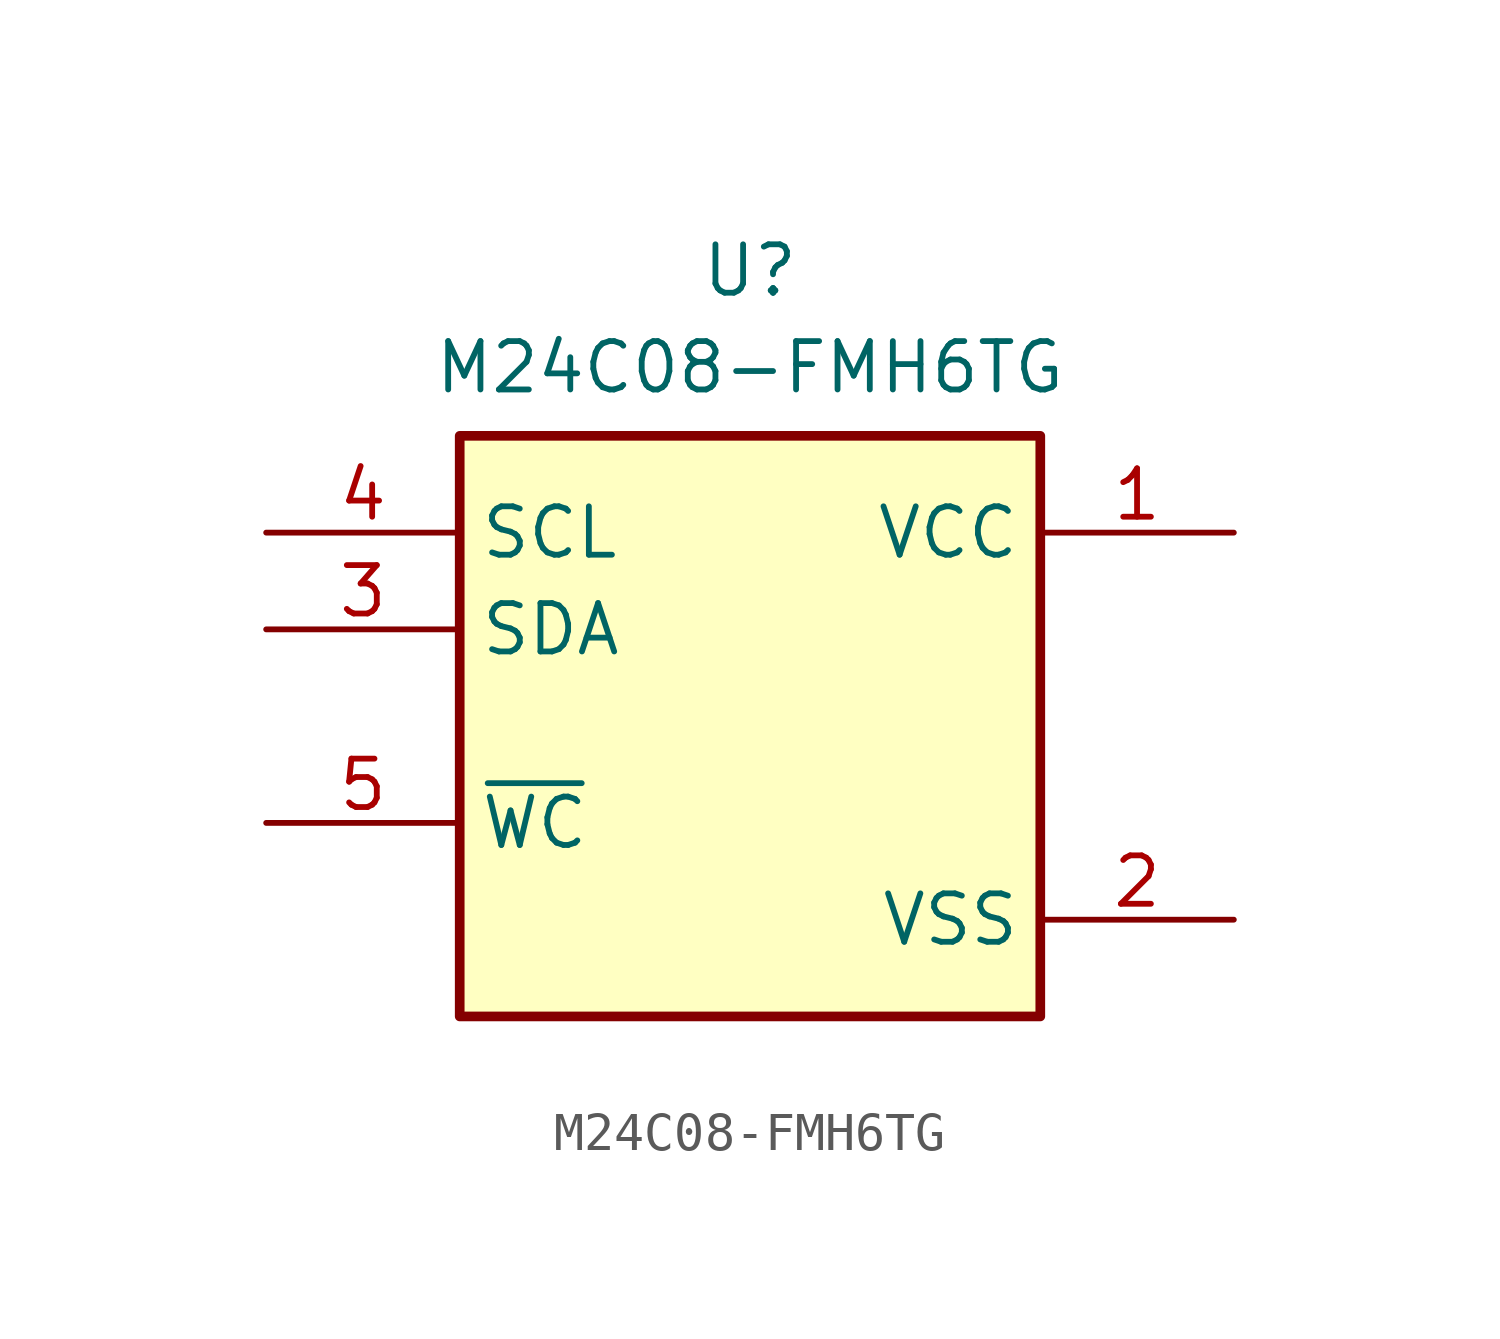
<source format=kicad_sym>
(kicad_symbol_lib
  (version 20220914)
  (generator kicad_symbol_editor)
  (symbol "M24C08-FMH6TG"
    (property "Reference" "U"
      (at 0 7.62 0)
      (effects (font (size 1.27 1.27)) (justify top)))
    (property "Value" "M24C08-FMH6TG"
      (at 0 5.08 0)
      (effects (font (size 1.27 1.27)) (justify top)))
    (symbol "M24C08-FMH6TG_1_1"
      (rectangle (start -7.62 2.54) (end 7.62 -12.7) (stroke (width 0.254) (type default)) (fill (type background)))
      (pin passive line (at 12.7 0 180) (length 5.08) (name "VCC" (effects (font (size 1.27 1.27)))) (number "1" (effects (font (size 1.27 1.27)))))
      (pin passive line (at 12.7 -10.16 180) (length 5.08) (name "VSS" (effects (font (size 1.27 1.27)))) (number "2" (effects (font (size 1.27 1.27)))))
      (pin passive line (at -12.7 -2.54 0) (length 5.08) (name "SDA" (effects (font (size 1.27 1.27)))) (number "3" (effects (font (size 1.27 1.27)))))
      (pin passive line (at -12.7 0 0) (length 5.08) (name "SCL" (effects (font (size 1.27 1.27)))) (number "4" (effects (font (size 1.27 1.27)))))
      (pin passive line (at -12.7 -7.62 0) (length 5.08) (name "~{WC}" (effects (font (size 1.27 1.27)))) (number "5" (effects (font (size 1.27 1.27))))))))
</source>
